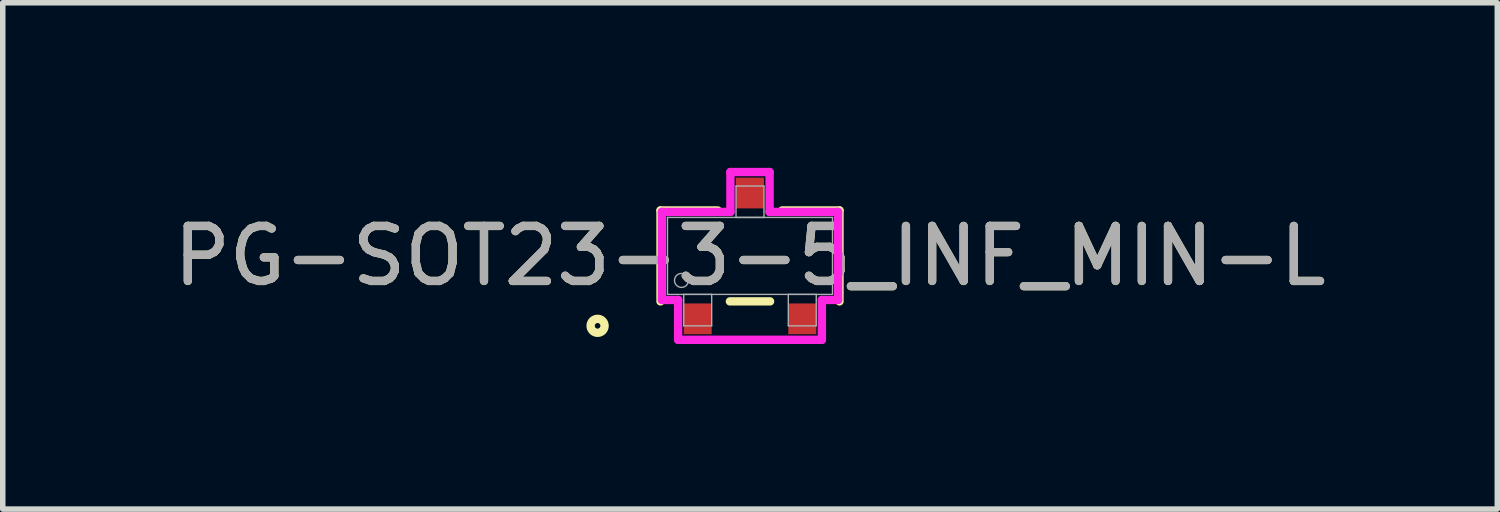
<source format=kicad_pcb>
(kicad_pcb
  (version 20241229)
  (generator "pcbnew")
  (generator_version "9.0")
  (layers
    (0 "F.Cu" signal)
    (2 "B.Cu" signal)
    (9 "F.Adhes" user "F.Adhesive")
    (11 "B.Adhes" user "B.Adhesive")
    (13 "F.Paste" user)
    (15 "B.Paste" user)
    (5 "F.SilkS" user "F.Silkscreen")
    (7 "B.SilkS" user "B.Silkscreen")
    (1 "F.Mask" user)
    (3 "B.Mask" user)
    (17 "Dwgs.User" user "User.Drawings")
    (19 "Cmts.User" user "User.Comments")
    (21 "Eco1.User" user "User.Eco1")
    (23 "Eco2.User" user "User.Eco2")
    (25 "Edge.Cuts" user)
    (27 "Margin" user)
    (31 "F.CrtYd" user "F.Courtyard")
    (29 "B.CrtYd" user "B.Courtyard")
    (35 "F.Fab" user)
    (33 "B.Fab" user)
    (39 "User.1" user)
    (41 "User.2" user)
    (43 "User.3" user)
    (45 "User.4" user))
  (footprint "PG-SOT23-3-5_INF_MIN-L"
    (layer "F.Cu")
    (at 10.577 1.6)
    (property "Reference" "PG-SOT23-3-5_INF_MIN-L" (at 0 0 0) (unlocked yes) (layer "F.SilkS") (effects (font (size 1 1) (thickness 0.15))))
    (attr smd)
    (fp_line (start -1.626 -0.826) (end -1.626 0.826) (stroke (width 0.152) (type solid)) (layer "F.SilkS"))
    (fp_line (start -0.585 -0.826) (end -1.626 -0.826) (stroke (width 0.152) (type solid)) (layer "F.SilkS"))
    (fp_line (start -0.365 0.826) (end 0.365 0.826) (stroke (width 0.152) (type solid)) (layer "F.SilkS"))
    (fp_line (start 1.626 -0.826) (end 0.585 -0.826) (stroke (width 0.152) (type solid)) (layer "F.SilkS"))
    (fp_line (start 1.626 0.826) (end 1.626 -0.826) (stroke (width 0.152) (type solid)) (layer "F.SilkS"))
    (fp_circle (center -2.769 1.27) (end -2.642 1.27) (stroke (width 0.152) (type solid)) (fill no) (layer "F.SilkS"))
    (fp_line (start -1.6 -0.8) (end -0.356 -0.8) (stroke (width 0.152) (type solid)) (layer "F.CrtYd"))
    (fp_line (start -1.6 0.8) (end -1.6 -0.8) (stroke (width 0.152) (type solid)) (layer "F.CrtYd"))
    (fp_line (start -1.6 0.8) (end -1.306 0.8) (stroke (width 0.152) (type solid)) (layer "F.CrtYd"))
    (fp_line (start -1.306 0.8) (end -1.306 1.524) (stroke (width 0.152) (type solid)) (layer "F.CrtYd"))
    (fp_line (start -1.306 1.524) (end 1.306 1.524) (stroke (width 0.152) (type solid)) (layer "F.CrtYd"))
    (fp_line (start -0.356 -1.524) (end 0.356 -1.524) (stroke (width 0.152) (type solid)) (layer "F.CrtYd"))
    (fp_line (start -0.356 -0.8) (end -0.356 -1.524) (stroke (width 0.152) (type solid)) (layer "F.CrtYd"))
    (fp_line (start 0.356 -0.8) (end 0.356 -1.524) (stroke (width 0.152) (type solid)) (layer "F.CrtYd"))
    (fp_line (start 1.306 0.8) (end 1.306 1.524) (stroke (width 0.152) (type solid)) (layer "F.CrtYd"))
    (fp_line (start 1.6 -0.8) (end 0.356 -0.8) (stroke (width 0.152) (type solid)) (layer "F.CrtYd"))
    (fp_line (start 1.6 -0.8) (end 1.6 0.8) (stroke (width 0.152) (type solid)) (layer "F.CrtYd"))
    (fp_line (start 1.6 0.8) (end 1.306 0.8) (stroke (width 0.152) (type solid)) (layer "F.CrtYd"))
    (fp_line (start -1.499 -0.699) (end -1.499 0.699) (stroke (width 0.025) (type solid)) (layer "F.Fab"))
    (fp_line (start -1.499 0.699) (end 1.499 0.699) (stroke (width 0.025) (type solid)) (layer "F.Fab"))
    (fp_line (start -1.204 0.699) (end -1.204 1.27) (stroke (width 0.025) (type solid)) (layer "F.Fab"))
    (fp_line (start -1.204 1.27) (end -0.696 1.27) (stroke (width 0.025) (type solid)) (layer "F.Fab"))
    (fp_line (start -0.696 0.699) (end -1.204 0.699) (stroke (width 0.025) (type solid)) (layer "F.Fab"))
    (fp_line (start -0.696 1.27) (end -0.696 0.699) (stroke (width 0.025) (type solid)) (layer "F.Fab"))
    (fp_line (start -0.254 -1.27) (end -0.254 -0.699) (stroke (width 0.025) (type solid)) (layer "F.Fab"))
    (fp_line (start -0.254 -0.699) (end 0.254 -0.699) (stroke (width 0.025) (type solid)) (layer "F.Fab"))
    (fp_line (start 0.254 -1.27) (end -0.254 -1.27) (stroke (width 0.025) (type solid)) (layer "F.Fab"))
    (fp_line (start 0.254 -0.699) (end 0.254 -1.27) (stroke (width 0.025) (type solid)) (layer "F.Fab"))
    (fp_line (start 0.696 0.699) (end 0.696 1.27) (stroke (width 0.025) (type solid)) (layer "F.Fab"))
    (fp_line (start 0.696 1.27) (end 1.204 1.27) (stroke (width 0.025) (type solid)) (layer "F.Fab"))
    (fp_line (start 1.204 0.699) (end 0.696 0.699) (stroke (width 0.025) (type solid)) (layer "F.Fab"))
    (fp_line (start 1.204 1.27) (end 1.204 0.699) (stroke (width 0.025) (type solid)) (layer "F.Fab"))
    (fp_line (start 1.499 -0.699) (end -1.499 -0.699) (stroke (width 0.025) (type solid)) (layer "F.Fab"))
    (fp_line (start 1.499 0.699) (end 1.499 -0.699) (stroke (width 0.025) (type solid)) (layer "F.Fab"))
    (fp_circle (center -1.245 0.445) (end -1.118 0.445) (stroke (width 0.025) (type solid)) (fill no) (layer "F.Fab"))
    (fp_text user "${REFERENCE}" (at 0 0 0) (unlocked yes) (layer "F.Fab") (effects (font (size 1 1) (thickness 0.15))))
    (pad "1" smd rect (at -0.95 1.143) (size 0.508 0.559) (layers "F.Cu" "F.Mask" "F.Paste"))
    (pad "2" smd rect (at 0.95 1.143) (size 0.508 0.559) (layers "F.Cu" "F.Mask" "F.Paste"))
    (pad "3" smd rect (at 0 -1.143) (size 0.508 0.559) (layers "F.Cu" "F.Mask" "F.Paste")))
  (gr_rect
    (start -3 -3)
    (end 24.155 6.2)
    (stroke (width 0.1) (type default))
    (fill no)
    (layer "Edge.Cuts")))
</source>
